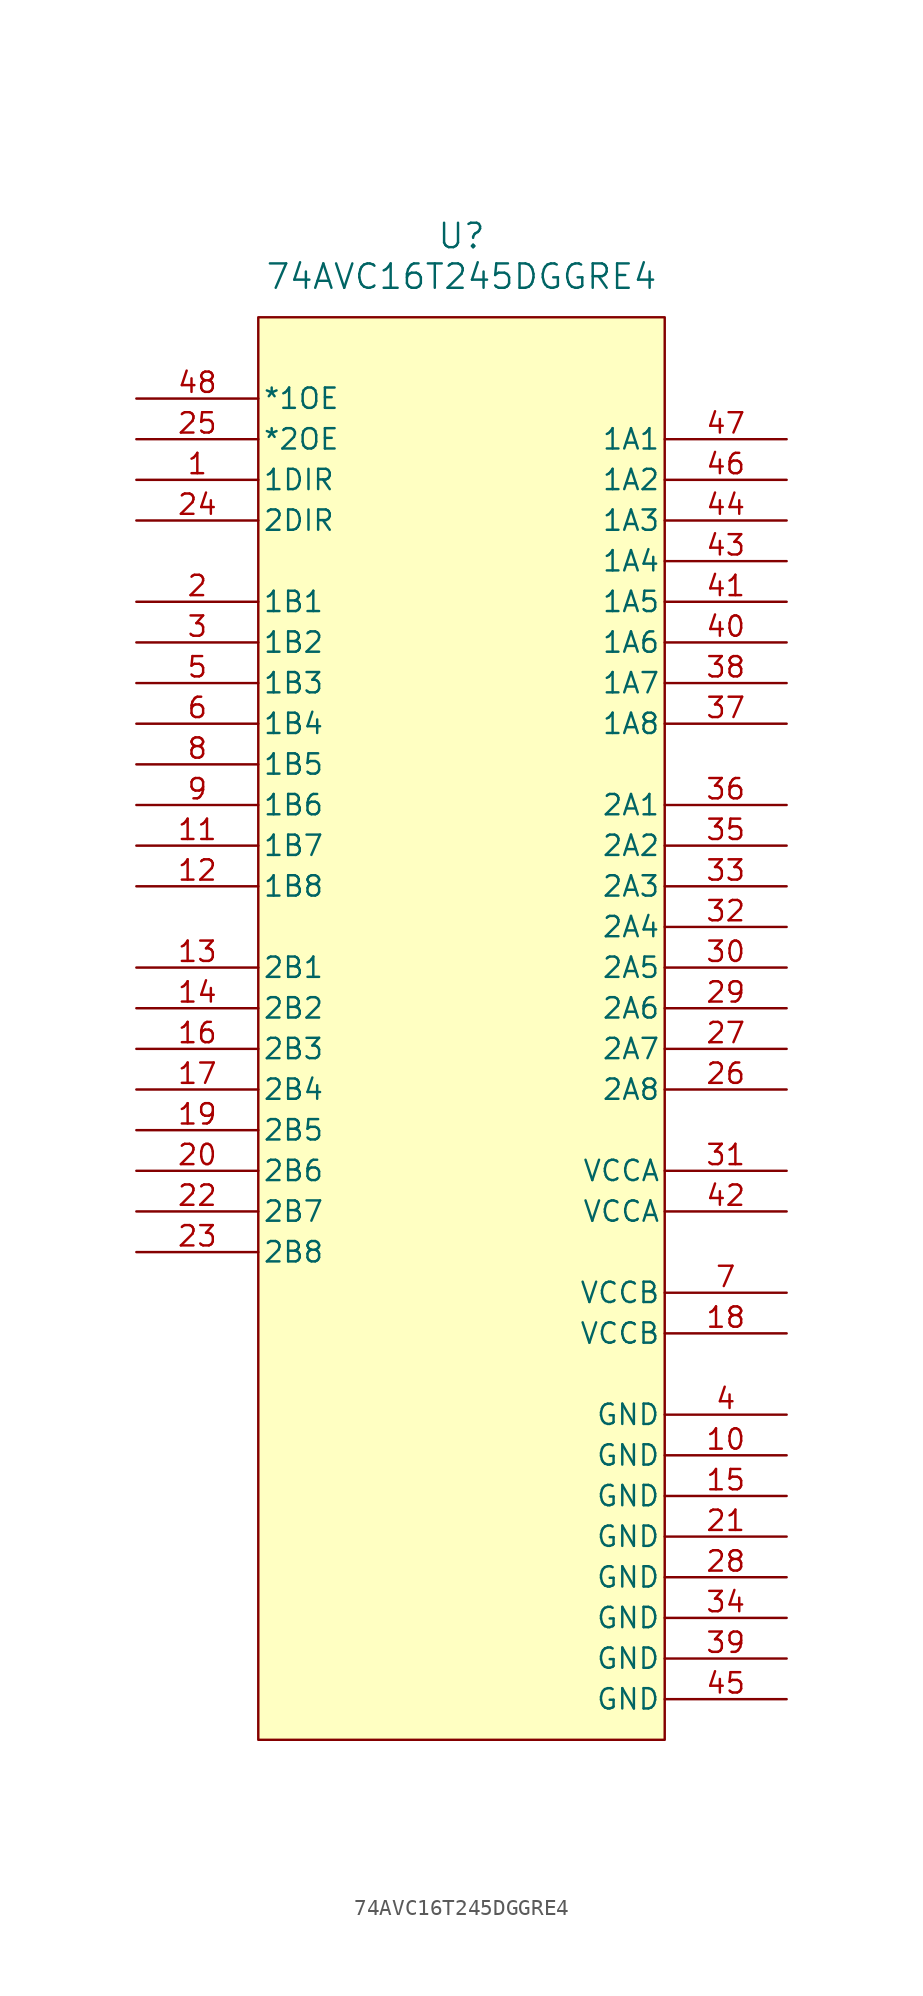
<source format=kicad_sym>
(kicad_symbol_lib
  (version 20220914)
  (generator kicad_symbol_editor)
  (symbol "74AVC16T245DGGRE4"
    (pin_names
      (offset 0.254))
    (property "Reference" "U"
      (at 20.32 10.16 0)
      (effects (font (size 1.524 1.524))))
    (property "Value" "74AVC16T245DGGRE4"
      (at 20.32 7.62 0)
      (effects (font (size 1.524 1.524))))
    (symbol "74AVC16T245DGGRE4_1_1"
      (rectangle (start 7.62 5.08) (end 33.02 -83.82) (stroke (width 0) (type default)) (fill (type background)))
      (pin input line (at 0 -5.08 0) (length 7.62) (name "1DIR" (effects (font (size 1.27 1.27)))) (number "1" (effects (font (size 1.27 1.27)))))
      (pin power_in line (at 40.64 -66.04 180) (length 7.62) (name "GND" (effects (font (size 1.27 1.27)))) (number "10" (effects (font (size 1.27 1.27)))))
      (pin bidirectional line (at 0 -27.94 0) (length 7.62) (name "1B7" (effects (font (size 1.27 1.27)))) (number "11" (effects (font (size 1.27 1.27)))))
      (pin bidirectional line (at 0 -30.48 0) (length 7.62) (name "1B8" (effects (font (size 1.27 1.27)))) (number "12" (effects (font (size 1.27 1.27)))))
      (pin bidirectional line (at 0 -35.56 0) (length 7.62) (name "2B1" (effects (font (size 1.27 1.27)))) (number "13" (effects (font (size 1.27 1.27)))))
      (pin bidirectional line (at 0 -38.1 0) (length 7.62) (name "2B2" (effects (font (size 1.27 1.27)))) (number "14" (effects (font (size 1.27 1.27)))))
      (pin power_in line (at 40.64 -68.58 180) (length 7.62) (name "GND" (effects (font (size 1.27 1.27)))) (number "15" (effects (font (size 1.27 1.27)))))
      (pin bidirectional line (at 0 -40.64 0) (length 7.62) (name "2B3" (effects (font (size 1.27 1.27)))) (number "16" (effects (font (size 1.27 1.27)))))
      (pin bidirectional line (at 0 -43.18 0) (length 7.62) (name "2B4" (effects (font (size 1.27 1.27)))) (number "17" (effects (font (size 1.27 1.27)))))
      (pin power_in line (at 40.64 -58.42 180) (length 7.62) (name "VCCB" (effects (font (size 1.27 1.27)))) (number "18" (effects (font (size 1.27 1.27)))))
      (pin bidirectional line (at 0 -45.72 0) (length 7.62) (name "2B5" (effects (font (size 1.27 1.27)))) (number "19" (effects (font (size 1.27 1.27)))))
      (pin bidirectional line (at 0 -12.7 0) (length 7.62) (name "1B1" (effects (font (size 1.27 1.27)))) (number "2" (effects (font (size 1.27 1.27)))))
      (pin bidirectional line (at 0 -48.26 0) (length 7.62) (name "2B6" (effects (font (size 1.27 1.27)))) (number "20" (effects (font (size 1.27 1.27)))))
      (pin power_in line (at 40.64 -71.12 180) (length 7.62) (name "GND" (effects (font (size 1.27 1.27)))) (number "21" (effects (font (size 1.27 1.27)))))
      (pin bidirectional line (at 0 -50.8 0) (length 7.62) (name "2B7" (effects (font (size 1.27 1.27)))) (number "22" (effects (font (size 1.27 1.27)))))
      (pin bidirectional line (at 0 -53.34 0) (length 7.62) (name "2B8" (effects (font (size 1.27 1.27)))) (number "23" (effects (font (size 1.27 1.27)))))
      (pin input line (at 0 -7.62 0) (length 7.62) (name "2DIR" (effects (font (size 1.27 1.27)))) (number "24" (effects (font (size 1.27 1.27)))))
      (pin input line (at 0 -2.54 0) (length 7.62) (name "*2OE" (effects (font (size 1.27 1.27)))) (number "25" (effects (font (size 1.27 1.27)))))
      (pin bidirectional line (at 40.64 -43.18 180) (length 7.62) (name "2A8" (effects (font (size 1.27 1.27)))) (number "26" (effects (font (size 1.27 1.27)))))
      (pin bidirectional line (at 40.64 -40.64 180) (length 7.62) (name "2A7" (effects (font (size 1.27 1.27)))) (number "27" (effects (font (size 1.27 1.27)))))
      (pin power_in line (at 40.64 -73.66 180) (length 7.62) (name "GND" (effects (font (size 1.27 1.27)))) (number "28" (effects (font (size 1.27 1.27)))))
      (pin bidirectional line (at 40.64 -38.1 180) (length 7.62) (name "2A6" (effects (font (size 1.27 1.27)))) (number "29" (effects (font (size 1.27 1.27)))))
      (pin bidirectional line (at 0 -15.24 0) (length 7.62) (name "1B2" (effects (font (size 1.27 1.27)))) (number "3" (effects (font (size 1.27 1.27)))))
      (pin bidirectional line (at 40.64 -35.56 180) (length 7.62) (name "2A5" (effects (font (size 1.27 1.27)))) (number "30" (effects (font (size 1.27 1.27)))))
      (pin power_in line (at 40.64 -48.26 180) (length 7.62) (name "VCCA" (effects (font (size 1.27 1.27)))) (number "31" (effects (font (size 1.27 1.27)))))
      (pin bidirectional line (at 40.64 -33.02 180) (length 7.62) (name "2A4" (effects (font (size 1.27 1.27)))) (number "32" (effects (font (size 1.27 1.27)))))
      (pin bidirectional line (at 40.64 -30.48 180) (length 7.62) (name "2A3" (effects (font (size 1.27 1.27)))) (number "33" (effects (font (size 1.27 1.27)))))
      (pin power_in line (at 40.64 -76.2 180) (length 7.62) (name "GND" (effects (font (size 1.27 1.27)))) (number "34" (effects (font (size 1.27 1.27)))))
      (pin bidirectional line (at 40.64 -27.94 180) (length 7.62) (name "2A2" (effects (font (size 1.27 1.27)))) (number "35" (effects (font (size 1.27 1.27)))))
      (pin bidirectional line (at 40.64 -25.4 180) (length 7.62) (name "2A1" (effects (font (size 1.27 1.27)))) (number "36" (effects (font (size 1.27 1.27)))))
      (pin bidirectional line (at 40.64 -20.32 180) (length 7.62) (name "1A8" (effects (font (size 1.27 1.27)))) (number "37" (effects (font (size 1.27 1.27)))))
      (pin bidirectional line (at 40.64 -17.78 180) (length 7.62) (name "1A7" (effects (font (size 1.27 1.27)))) (number "38" (effects (font (size 1.27 1.27)))))
      (pin power_in line (at 40.64 -78.74 180) (length 7.62) (name "GND" (effects (font (size 1.27 1.27)))) (number "39" (effects (font (size 1.27 1.27)))))
      (pin power_in line (at 40.64 -63.5 180) (length 7.62) (name "GND" (effects (font (size 1.27 1.27)))) (number "4" (effects (font (size 1.27 1.27)))))
      (pin bidirectional line (at 40.64 -15.24 180) (length 7.62) (name "1A6" (effects (font (size 1.27 1.27)))) (number "40" (effects (font (size 1.27 1.27)))))
      (pin bidirectional line (at 40.64 -12.7 180) (length 7.62) (name "1A5" (effects (font (size 1.27 1.27)))) (number "41" (effects (font (size 1.27 1.27)))))
      (pin power_in line (at 40.64 -50.8 180) (length 7.62) (name "VCCA" (effects (font (size 1.27 1.27)))) (number "42" (effects (font (size 1.27 1.27)))))
      (pin bidirectional line (at 40.64 -10.16 180) (length 7.62) (name "1A4" (effects (font (size 1.27 1.27)))) (number "43" (effects (font (size 1.27 1.27)))))
      (pin bidirectional line (at 40.64 -7.62 180) (length 7.62) (name "1A3" (effects (font (size 1.27 1.27)))) (number "44" (effects (font (size 1.27 1.27)))))
      (pin power_in line (at 40.64 -81.28 180) (length 7.62) (name "GND" (effects (font (size 1.27 1.27)))) (number "45" (effects (font (size 1.27 1.27)))))
      (pin bidirectional line (at 40.64 -5.08 180) (length 7.62) (name "1A2" (effects (font (size 1.27 1.27)))) (number "46" (effects (font (size 1.27 1.27)))))
      (pin bidirectional line (at 40.64 -2.54 180) (length 7.62) (name "1A1" (effects (font (size 1.27 1.27)))) (number "47" (effects (font (size 1.27 1.27)))))
      (pin input line (at 0 0 0) (length 7.62) (name "*1OE" (effects (font (size 1.27 1.27)))) (number "48" (effects (font (size 1.27 1.27)))))
      (pin bidirectional line (at 0 -17.78 0) (length 7.62) (name "1B3" (effects (font (size 1.27 1.27)))) (number "5" (effects (font (size 1.27 1.27)))))
      (pin bidirectional line (at 0 -20.32 0) (length 7.62) (name "1B4" (effects (font (size 1.27 1.27)))) (number "6" (effects (font (size 1.27 1.27)))))
      (pin power_in line (at 40.64 -55.88 180) (length 7.62) (name "VCCB" (effects (font (size 1.27 1.27)))) (number "7" (effects (font (size 1.27 1.27)))))
      (pin bidirectional line (at 0 -22.86 0) (length 7.62) (name "1B5" (effects (font (size 1.27 1.27)))) (number "8" (effects (font (size 1.27 1.27)))))
      (pin bidirectional line (at 0 -25.4 0) (length 7.62) (name "1B6" (effects (font (size 1.27 1.27)))) (number "9" (effects (font (size 1.27 1.27))))))))
</source>
